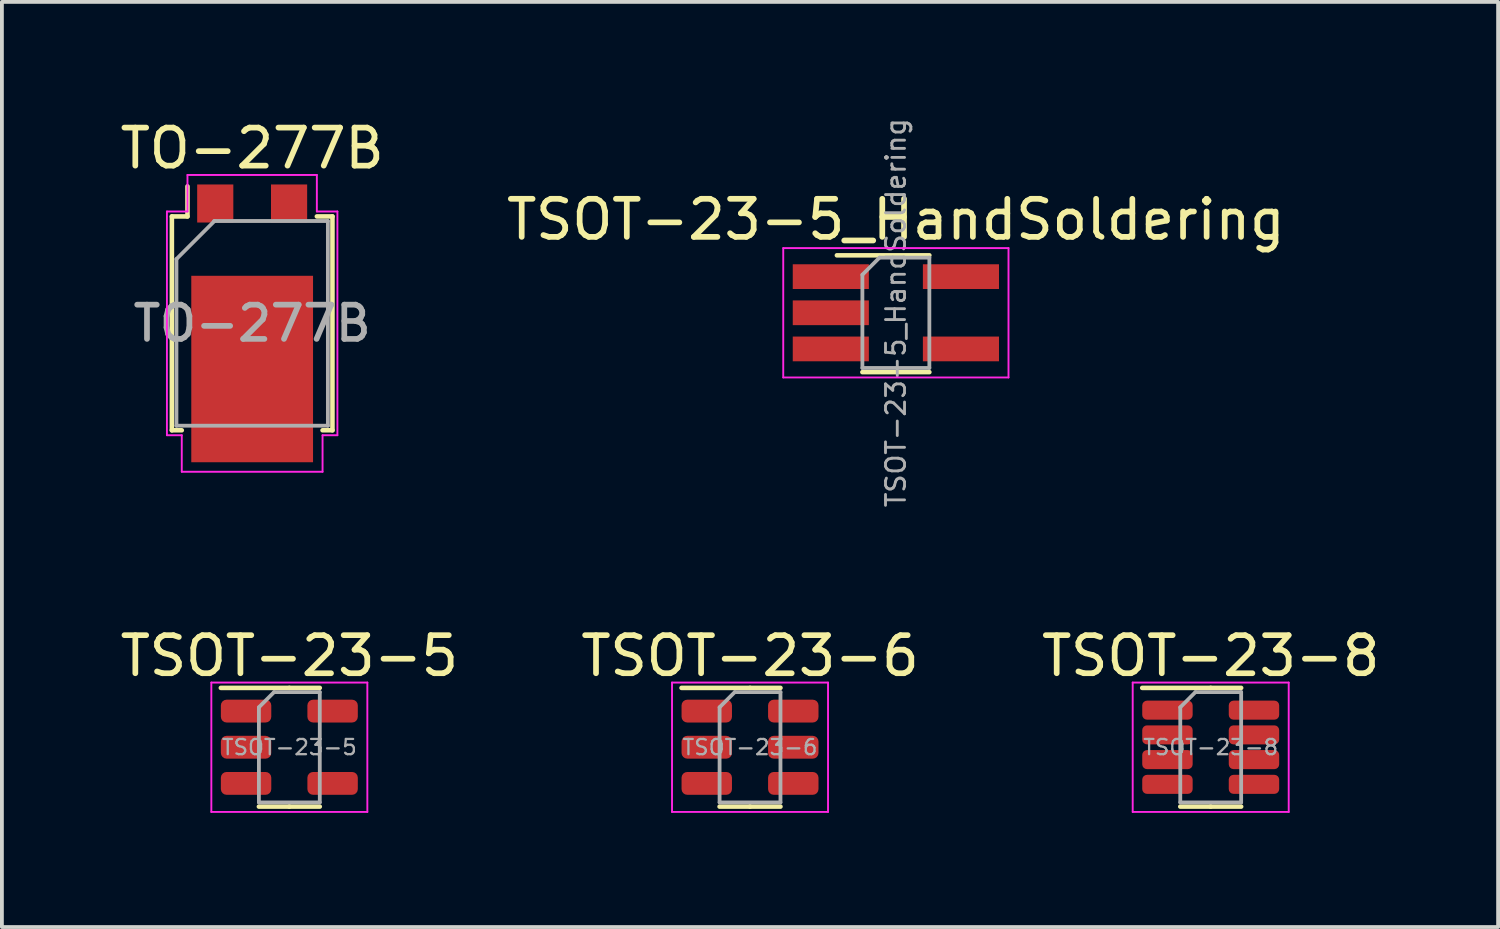
<source format=kicad_pcb>
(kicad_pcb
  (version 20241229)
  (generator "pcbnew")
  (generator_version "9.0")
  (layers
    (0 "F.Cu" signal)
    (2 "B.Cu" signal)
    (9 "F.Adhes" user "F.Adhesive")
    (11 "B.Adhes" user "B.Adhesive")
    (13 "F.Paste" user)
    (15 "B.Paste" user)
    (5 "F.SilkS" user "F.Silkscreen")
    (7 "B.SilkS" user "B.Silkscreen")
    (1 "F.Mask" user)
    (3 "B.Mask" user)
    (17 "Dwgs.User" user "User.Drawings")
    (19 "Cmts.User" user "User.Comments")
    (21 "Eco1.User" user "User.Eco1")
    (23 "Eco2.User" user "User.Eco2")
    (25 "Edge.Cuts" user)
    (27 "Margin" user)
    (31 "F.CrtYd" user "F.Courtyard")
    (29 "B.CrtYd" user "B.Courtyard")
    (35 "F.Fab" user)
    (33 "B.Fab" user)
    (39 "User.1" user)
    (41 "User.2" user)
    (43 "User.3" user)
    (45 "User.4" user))
  (footprint "TSOT-23-5"
    (layer "F.Cu")
    (at 4.554 16.588)
    (property "Reference" "TSOT-23-5" (at 0 -2.4 0) (layer "F.SilkS") (effects (font (size 1 1) (thickness 0.15))))
    (attr smd)
    (fp_line (start 0 -1.56) (end -1.8 -1.56) (stroke (width 0.12) (type solid)) (layer "F.SilkS"))
    (fp_line (start 0 -1.56) (end 0.8 -1.56) (stroke (width 0.12) (type solid)) (layer "F.SilkS"))
    (fp_line (start 0 1.56) (end -0.8 1.56) (stroke (width 0.12) (type solid)) (layer "F.SilkS"))
    (fp_line (start 0 1.56) (end 0.8 1.56) (stroke (width 0.12) (type solid)) (layer "F.SilkS"))
    (fp_line (start -2.05 -1.7) (end -2.05 1.7) (stroke (width 0.05) (type solid)) (layer "F.CrtYd"))
    (fp_line (start -2.05 1.7) (end 2.05 1.7) (stroke (width 0.05) (type solid)) (layer "F.CrtYd"))
    (fp_line (start 2.05 -1.7) (end -2.05 -1.7) (stroke (width 0.05) (type solid)) (layer "F.CrtYd"))
    (fp_line (start 2.05 1.7) (end 2.05 -1.7) (stroke (width 0.05) (type solid)) (layer "F.CrtYd"))
    (fp_line (start -0.8 -1.05) (end -0.4 -1.45) (stroke (width 0.1) (type solid)) (layer "F.Fab"))
    (fp_line (start -0.8 1.45) (end -0.8 -1.05) (stroke (width 0.1) (type solid)) (layer "F.Fab"))
    (fp_line (start -0.4 -1.45) (end 0.8 -1.45) (stroke (width 0.1) (type solid)) (layer "F.Fab"))
    (fp_line (start 0.8 -1.45) (end 0.8 1.45) (stroke (width 0.1) (type solid)) (layer "F.Fab"))
    (fp_line (start 0.8 1.45) (end -0.8 1.45) (stroke (width 0.1) (type solid)) (layer "F.Fab"))
    (fp_text user "${REFERENCE}" (at 0 0 0) (layer "F.Fab") (effects (font (size 0.4 0.4) (thickness 0.06))))
    (pad "1" smd roundrect (at -1.137 -0.95) (size 1.325 0.6) (layers "F.Cu" "F.Mask" "F.Paste") (roundrect_rratio 0.25))
    (pad "2" smd roundrect (at -1.137 0) (size 1.325 0.6) (layers "F.Cu" "F.Mask" "F.Paste") (roundrect_rratio 0.25))
    (pad "3" smd roundrect (at -1.137 0.95) (size 1.325 0.6) (layers "F.Cu" "F.Mask" "F.Paste") (roundrect_rratio 0.25))
    (pad "4" smd roundrect (at 1.137 0.95) (size 1.325 0.6) (layers "F.Cu" "F.Mask" "F.Paste") (roundrect_rratio 0.25))
    (pad "5" smd roundrect (at 1.137 -0.95) (size 1.325 0.6) (layers "F.Cu" "F.Mask" "F.Paste") (roundrect_rratio 0.25)))
  (footprint "TSOT-23-8"
    (layer "F.Cu")
    (at 28.768 16.588)
    (property "Reference" "TSOT-23-8" (at 0 -2.4 0) (layer "F.SilkS") (effects (font (size 1 1) (thickness 0.15))))
    (attr smd)
    (fp_line (start 0 -1.56) (end -1.8 -1.56) (stroke (width 0.12) (type solid)) (layer "F.SilkS"))
    (fp_line (start 0 -1.56) (end 0.8 -1.56) (stroke (width 0.12) (type solid)) (layer "F.SilkS"))
    (fp_line (start 0 1.56) (end -0.8 1.56) (stroke (width 0.12) (type solid)) (layer "F.SilkS"))
    (fp_line (start 0 1.56) (end 0.8 1.56) (stroke (width 0.12) (type solid)) (layer "F.SilkS"))
    (fp_line (start -2.05 -1.7) (end -2.05 1.7) (stroke (width 0.05) (type solid)) (layer "F.CrtYd"))
    (fp_line (start -2.05 1.7) (end 2.05 1.7) (stroke (width 0.05) (type solid)) (layer "F.CrtYd"))
    (fp_line (start 2.05 -1.7) (end -2.05 -1.7) (stroke (width 0.05) (type solid)) (layer "F.CrtYd"))
    (fp_line (start 2.05 1.7) (end 2.05 -1.7) (stroke (width 0.05) (type solid)) (layer "F.CrtYd"))
    (fp_line (start -0.8 -1.05) (end -0.4 -1.45) (stroke (width 0.1) (type solid)) (layer "F.Fab"))
    (fp_line (start -0.8 1.45) (end -0.8 -1.05) (stroke (width 0.1) (type solid)) (layer "F.Fab"))
    (fp_line (start -0.4 -1.45) (end 0.8 -1.45) (stroke (width 0.1) (type solid)) (layer "F.Fab"))
    (fp_line (start 0.8 -1.45) (end 0.8 1.45) (stroke (width 0.1) (type solid)) (layer "F.Fab"))
    (fp_line (start 0.8 1.45) (end -0.8 1.45) (stroke (width 0.1) (type solid)) (layer "F.Fab"))
    (fp_text user "${REFERENCE}" (at 0 0 0) (layer "F.Fab") (effects (font (size 0.4 0.4) (thickness 0.06))))
    (pad "1" smd roundrect (at -1.137 -0.975) (size 1.325 0.5) (layers "F.Cu" "F.Mask" "F.Paste") (roundrect_rratio 0.25))
    (pad "2" smd roundrect (at -1.137 -0.325) (size 1.325 0.5) (layers "F.Cu" "F.Mask" "F.Paste") (roundrect_rratio 0.25))
    (pad "3" smd roundrect (at -1.137 0.325) (size 1.325 0.5) (layers "F.Cu" "F.Mask" "F.Paste") (roundrect_rratio 0.25))
    (pad "4" smd roundrect (at -1.137 0.975) (size 1.325 0.5) (layers "F.Cu" "F.Mask" "F.Paste") (roundrect_rratio 0.25))
    (pad "5" smd roundrect (at 1.137 0.975) (size 1.325 0.5) (layers "F.Cu" "F.Mask" "F.Paste") (roundrect_rratio 0.25))
    (pad "6" smd roundrect (at 1.137 0.325) (size 1.325 0.5) (layers "F.Cu" "F.Mask" "F.Paste") (roundrect_rratio 0.25))
    (pad "7" smd roundrect (at 1.137 -0.325) (size 1.325 0.5) (layers "F.Cu" "F.Mask" "F.Paste") (roundrect_rratio 0.25))
    (pad "8" smd roundrect (at 1.137 -0.975) (size 1.325 0.5) (layers "F.Cu" "F.Mask" "F.Paste") (roundrect_rratio 0.25)))
  (footprint "TSOT-23-6"
    (layer "F.Cu")
    (at 16.661 16.588)
    (property "Reference" "TSOT-23-6" (at 0 -2.4 0) (layer "F.SilkS") (effects (font (size 1 1) (thickness 0.15))))
    (attr smd)
    (fp_line (start 0 -1.56) (end -1.8 -1.56) (stroke (width 0.12) (type solid)) (layer "F.SilkS"))
    (fp_line (start 0 -1.56) (end 0.8 -1.56) (stroke (width 0.12) (type solid)) (layer "F.SilkS"))
    (fp_line (start 0 1.56) (end -0.8 1.56) (stroke (width 0.12) (type solid)) (layer "F.SilkS"))
    (fp_line (start 0 1.56) (end 0.8 1.56) (stroke (width 0.12) (type solid)) (layer "F.SilkS"))
    (fp_line (start -2.05 -1.7) (end -2.05 1.7) (stroke (width 0.05) (type solid)) (layer "F.CrtYd"))
    (fp_line (start -2.05 1.7) (end 2.05 1.7) (stroke (width 0.05) (type solid)) (layer "F.CrtYd"))
    (fp_line (start 2.05 -1.7) (end -2.05 -1.7) (stroke (width 0.05) (type solid)) (layer "F.CrtYd"))
    (fp_line (start 2.05 1.7) (end 2.05 -1.7) (stroke (width 0.05) (type solid)) (layer "F.CrtYd"))
    (fp_line (start -0.8 -1.05) (end -0.4 -1.45) (stroke (width 0.1) (type solid)) (layer "F.Fab"))
    (fp_line (start -0.8 1.45) (end -0.8 -1.05) (stroke (width 0.1) (type solid)) (layer "F.Fab"))
    (fp_line (start -0.4 -1.45) (end 0.8 -1.45) (stroke (width 0.1) (type solid)) (layer "F.Fab"))
    (fp_line (start 0.8 -1.45) (end 0.8 1.45) (stroke (width 0.1) (type solid)) (layer "F.Fab"))
    (fp_line (start 0.8 1.45) (end -0.8 1.45) (stroke (width 0.1) (type solid)) (layer "F.Fab"))
    (fp_text user "${REFERENCE}" (at 0 0 0) (layer "F.Fab") (effects (font (size 0.4 0.4) (thickness 0.06))))
    (pad "1" smd roundrect (at -1.137 -0.95) (size 1.325 0.6) (layers "F.Cu" "F.Mask" "F.Paste") (roundrect_rratio 0.25))
    (pad "2" smd roundrect (at -1.137 0) (size 1.325 0.6) (layers "F.Cu" "F.Mask" "F.Paste") (roundrect_rratio 0.25))
    (pad "3" smd roundrect (at -1.137 0.95) (size 1.325 0.6) (layers "F.Cu" "F.Mask" "F.Paste") (roundrect_rratio 0.25))
    (pad "4" smd roundrect (at 1.137 0.95) (size 1.325 0.6) (layers "F.Cu" "F.Mask" "F.Paste") (roundrect_rratio 0.25))
    (pad "5" smd roundrect (at 1.137 0) (size 1.325 0.6) (layers "F.Cu" "F.Mask" "F.Paste") (roundrect_rratio 0.25))
    (pad "6" smd roundrect (at 1.137 -0.95) (size 1.325 0.6) (layers "F.Cu" "F.Mask" "F.Paste") (roundrect_rratio 0.25)))
  (footprint "TSOT-23-5_HandSoldering"
    (layer "F.Cu")
    (at 20.494 5.17)
    (property "Reference" "TSOT-23-5_HandSoldering" (at 0 -2.45 0) (layer "F.SilkS") (effects (font (size 1 1) (thickness 0.15))))
    (attr smd)
    (fp_line (start -0.88 1.56) (end 0.88 1.56) (stroke (width 0.12) (type solid)) (layer "F.SilkS"))
    (fp_line (start 0.88 -1.51) (end -1.55 -1.51) (stroke (width 0.12) (type solid)) (layer "F.SilkS"))
    (fp_line (start -2.96 -1.7) (end -2.96 1.7) (stroke (width 0.05) (type solid)) (layer "F.CrtYd"))
    (fp_line (start -2.96 -1.7) (end 2.96 -1.7) (stroke (width 0.05) (type solid)) (layer "F.CrtYd"))
    (fp_line (start 2.96 1.7) (end -2.96 1.7) (stroke (width 0.05) (type solid)) (layer "F.CrtYd"))
    (fp_line (start 2.96 1.7) (end 2.96 -1.7) (stroke (width 0.05) (type solid)) (layer "F.CrtYd"))
    (fp_line (start -0.88 -1) (end -0.88 1.45) (stroke (width 0.1) (type solid)) (layer "F.Fab"))
    (fp_line (start -0.88 -1) (end -0.43 -1.45) (stroke (width 0.1) (type solid)) (layer "F.Fab"))
    (fp_line (start 0.88 -1.45) (end -0.43 -1.45) (stroke (width 0.1) (type solid)) (layer "F.Fab"))
    (fp_line (start 0.88 -1.45) (end 0.88 1.45) (stroke (width 0.1) (type solid)) (layer "F.Fab"))
    (fp_line (start 0.88 1.45) (end -0.88 1.45) (stroke (width 0.1) (type solid)) (layer "F.Fab"))
    (fp_text user "${REFERENCE}" (at 0 0 90) (layer "F.Fab") (effects (font (size 0.5 0.5) (thickness 0.075))))
    (pad "1" smd rect (at -1.71 -0.95) (size 2 0.65) (layers "F.Cu" "F.Mask" "F.Paste"))
    (pad "2" smd rect (at -1.71 0) (size 2 0.65) (layers "F.Cu" "F.Mask" "F.Paste"))
    (pad "3" smd rect (at -1.71 0.95) (size 2 0.65) (layers "F.Cu" "F.Mask" "F.Paste"))
    (pad "4" smd rect (at 1.71 0.95) (size 2 0.65) (layers "F.Cu" "F.Mask" "F.Paste"))
    (pad "5" smd rect (at 1.71 -0.95) (size 2 0.65) (layers "F.Cu" "F.Mask" "F.Paste")))
  (footprint "TO-277B"
    (layer "F.Cu")
    (at 3.577 5.448)
    (property "Reference" "TO-277B" (at 0 -4.6 180) (layer "F.SilkS") (effects (font (size 1 1) (thickness 0.15))))
    (attr smd)
    (fp_line (start -2.11 -2.81) (end -2.11 2.81) (stroke (width 0.12) (type solid)) (layer "F.SilkS"))
    (fp_line (start -1.85 2.81) (end -2.11 2.81) (stroke (width 0.12) (type solid)) (layer "F.SilkS"))
    (fp_line (start -1.7 -2.81) (end -2.11 -2.81) (stroke (width 0.12) (type solid)) (layer "F.SilkS"))
    (fp_line (start -1.7 -2.81) (end -1.7 -3.6) (stroke (width 0.12) (type solid)) (layer "F.SilkS"))
    (fp_line (start 2.11 -2.81) (end 1.7 -2.81) (stroke (width 0.12) (type solid)) (layer "F.SilkS"))
    (fp_line (start 2.11 2.81) (end 1.85 2.81) (stroke (width 0.12) (type solid)) (layer "F.SilkS"))
    (fp_line (start 2.11 2.81) (end 2.11 -2.81) (stroke (width 0.12) (type solid)) (layer "F.SilkS"))
    (fp_line (start -2.24 -2.94) (end -2.24 2.94) (stroke (width 0.05) (type solid)) (layer "F.CrtYd"))
    (fp_line (start -2.24 -2.94) (end -1.7 -2.94) (stroke (width 0.05) (type solid)) (layer "F.CrtYd"))
    (fp_line (start -2.24 2.94) (end -1.85 2.94) (stroke (width 0.05) (type solid)) (layer "F.CrtYd"))
    (fp_line (start -1.85 3.9) (end -1.85 2.94) (stroke (width 0.05) (type solid)) (layer "F.CrtYd"))
    (fp_line (start -1.7 -3.9) (end 1.7 -3.9) (stroke (width 0.05) (type solid)) (layer "F.CrtYd"))
    (fp_line (start -1.7 -2.94) (end -1.7 -3.9) (stroke (width 0.05) (type solid)) (layer "F.CrtYd"))
    (fp_line (start 1.7 -2.94) (end 1.7 -3.9) (stroke (width 0.05) (type solid)) (layer "F.CrtYd"))
    (fp_line (start 1.7 -2.94) (end 2.24 -2.94) (stroke (width 0.05) (type solid)) (layer "F.CrtYd"))
    (fp_line (start 1.85 2.94) (end 2.24 2.94) (stroke (width 0.05) (type solid)) (layer "F.CrtYd"))
    (fp_line (start 1.85 3.9) (end -1.85 3.9) (stroke (width 0.05) (type solid)) (layer "F.CrtYd"))
    (fp_line (start 1.85 3.9) (end 1.85 2.94) (stroke (width 0.05) (type solid)) (layer "F.CrtYd"))
    (fp_line (start 2.24 2.94) (end 2.24 -2.94) (stroke (width 0.05) (type solid)) (layer "F.CrtYd"))
    (fp_line (start -1.99 -1.69) (end -1.99 2.69) (stroke (width 0.1) (type solid)) (layer "F.Fab"))
    (fp_line (start -1.99 -1.69) (end -0.99 -2.69) (stroke (width 0.1) (type solid)) (layer "F.Fab"))
    (fp_line (start -1.99 2.69) (end 1.99 2.69) (stroke (width 0.1) (type solid)) (layer "F.Fab"))
    (fp_line (start 1.99 -2.69) (end -1 -2.69) (stroke (width 0.1) (type solid)) (layer "F.Fab"))
    (fp_line (start 1.99 2.69) (end 1.99 -2.69) (stroke (width 0.1) (type solid)) (layer "F.Fab"))
    (fp_text user "${REFERENCE}" (at 0 0 0) (layer "F.Fab") (effects (font (size 0.9 0.9) (thickness 0.15))))
    (pad "" smd rect (at -0.9 -0.6) (size 1.3 1.2) (layers "F.Paste"))
    (pad "" smd rect (at -0.9 1.2) (size 1.3 1.2) (layers "F.Paste"))
    (pad "" smd rect (at -0.9 3) (size 1.3 1.2) (layers "F.Paste"))
    (pad "" smd rect (at 0.9 -0.6) (size 1.3 1.2) (layers "F.Paste"))
    (pad "" smd rect (at 0.9 1.2) (size 1.3 1.2) (layers "F.Paste"))
    (pad "" smd rect (at 0.9 3) (size 1.3 1.2) (layers "F.Paste"))
    (pad "1" smd rect (at -0.97 -3.15) (size 0.95 1) (layers "F.Cu" "F.Mask" "F.Paste"))
    (pad "2" smd rect (at 0.97 -3.15) (size 0.95 1) (layers "F.Cu" "F.Mask" "F.Paste"))
    (pad "3" smd rect (at 0 1.2) (size 3.2 4.9) (layers "F.Cu" "F.Mask")))
  (gr_rect
    (start -3 -3)
    (end 36.321 21.313)
    (stroke (width 0.1) (type default))
    (fill no)
    (layer "Edge.Cuts")))
</source>
